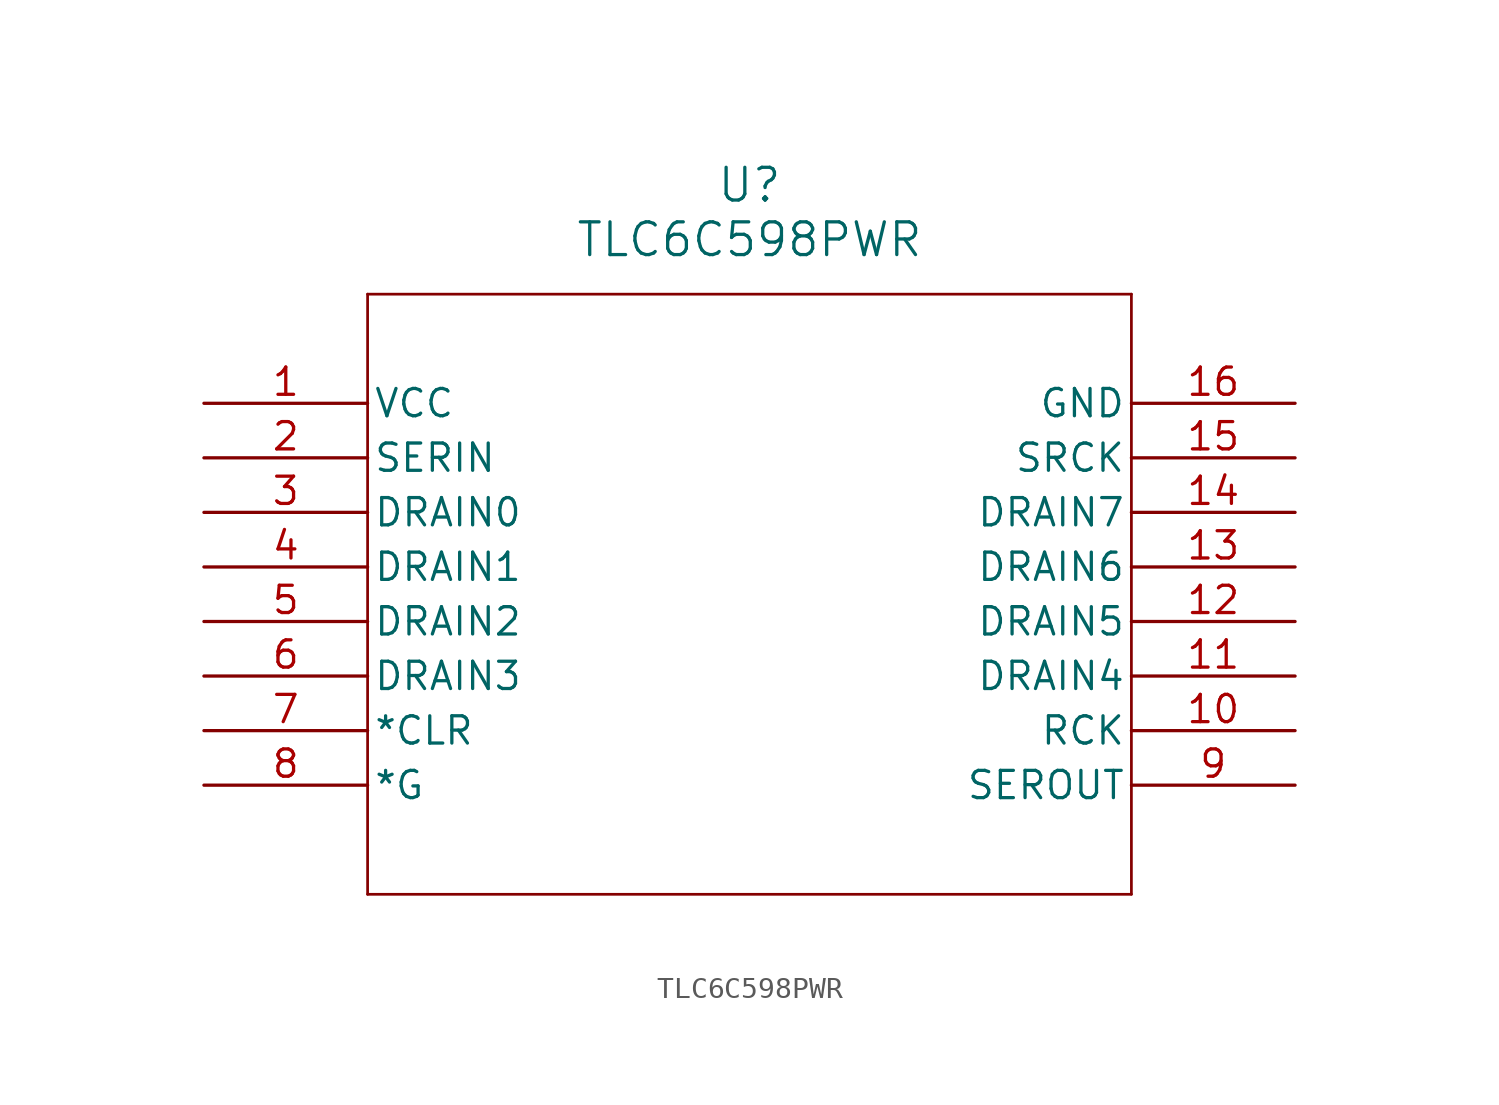
<source format=kicad_sym>
(kicad_symbol_lib
  (version 20211014)
  (generator kicad_symbol_editor)
  (symbol "TLC6C598PWR"
    (pin_names
      (offset 0.254))
    (property "Reference" "U"
      (at 25.4 10.16 0)
      (effects (font (size 1.524 1.524))))
    (property "Value" "TLC6C598PWR"
      (at 25.4 7.62 0)
      (effects (font (size 1.524 1.524))))
    (symbol "TLC6C598PWR_0_1"
      (polyline (pts (xy 7.62 5.08) (xy 7.62 -22.86)) (stroke (width 0.127) (type default) (color 0 0 0 0)) (fill (type none)))
      (polyline (pts (xy 7.62 -22.86) (xy 43.18 -22.86)) (stroke (width 0.127) (type default) (color 0 0 0 0)) (fill (type none)))
      (polyline (pts (xy 43.18 -22.86) (xy 43.18 5.08)) (stroke (width 0.127) (type default) (color 0 0 0 0)) (fill (type none)))
      (polyline (pts (xy 43.18 5.08) (xy 7.62 5.08)) (stroke (width 0.127) (type default) (color 0 0 0 0)) (fill (type none)))
      (pin power_in line (at 0 0 0) (length 7.62) (name "VCC" (effects (font (size 1.27 1.27)))) (number "1" (effects (font (size 1.27 1.27)))))
      (pin input line (at 0 -2.54 0) (length 7.62) (name "SERIN" (effects (font (size 1.27 1.27)))) (number "2" (effects (font (size 1.27 1.27)))))
      (pin output line (at 0 -5.08 0) (length 7.62) (name "DRAIN0" (effects (font (size 1.27 1.27)))) (number "3" (effects (font (size 1.27 1.27)))))
      (pin output line (at 0 -7.62 0) (length 7.62) (name "DRAIN1" (effects (font (size 1.27 1.27)))) (number "4" (effects (font (size 1.27 1.27)))))
      (pin output line (at 0 -10.16 0) (length 7.62) (name "DRAIN2" (effects (font (size 1.27 1.27)))) (number "5" (effects (font (size 1.27 1.27)))))
      (pin output line (at 0 -12.7 0) (length 7.62) (name "DRAIN3" (effects (font (size 1.27 1.27)))) (number "6" (effects (font (size 1.27 1.27)))))
      (pin input line (at 0 -15.24 0) (length 7.62) (name "*CLR" (effects (font (size 1.27 1.27)))) (number "7" (effects (font (size 1.27 1.27)))))
      (pin input line (at 0 -17.78 0) (length 7.62) (name "*G" (effects (font (size 1.27 1.27)))) (number "8" (effects (font (size 1.27 1.27)))))
      (pin output line (at 50.8 -17.78 180) (length 7.62) (name "SEROUT" (effects (font (size 1.27 1.27)))) (number "9" (effects (font (size 1.27 1.27)))))
      (pin input line (at 50.8 -15.24 180) (length 7.62) (name "RCK" (effects (font (size 1.27 1.27)))) (number "10" (effects (font (size 1.27 1.27)))))
      (pin output line (at 50.8 -12.7 180) (length 7.62) (name "DRAIN4" (effects (font (size 1.27 1.27)))) (number "11" (effects (font (size 1.27 1.27)))))
      (pin output line (at 50.8 -10.16 180) (length 7.62) (name "DRAIN5" (effects (font (size 1.27 1.27)))) (number "12" (effects (font (size 1.27 1.27)))))
      (pin output line (at 50.8 -7.62 180) (length 7.62) (name "DRAIN6" (effects (font (size 1.27 1.27)))) (number "13" (effects (font (size 1.27 1.27)))))
      (pin output line (at 50.8 -5.08 180) (length 7.62) (name "DRAIN7" (effects (font (size 1.27 1.27)))) (number "14" (effects (font (size 1.27 1.27)))))
      (pin input line (at 50.8 -2.54 180) (length 7.62) (name "SRCK" (effects (font (size 1.27 1.27)))) (number "15" (effects (font (size 1.27 1.27)))))
      (pin power_in line (at 50.8 0 180) (length 7.62) (name "GND" (effects (font (size 1.27 1.27)))) (number "16" (effects (font (size 1.27 1.27))))))))
</source>
